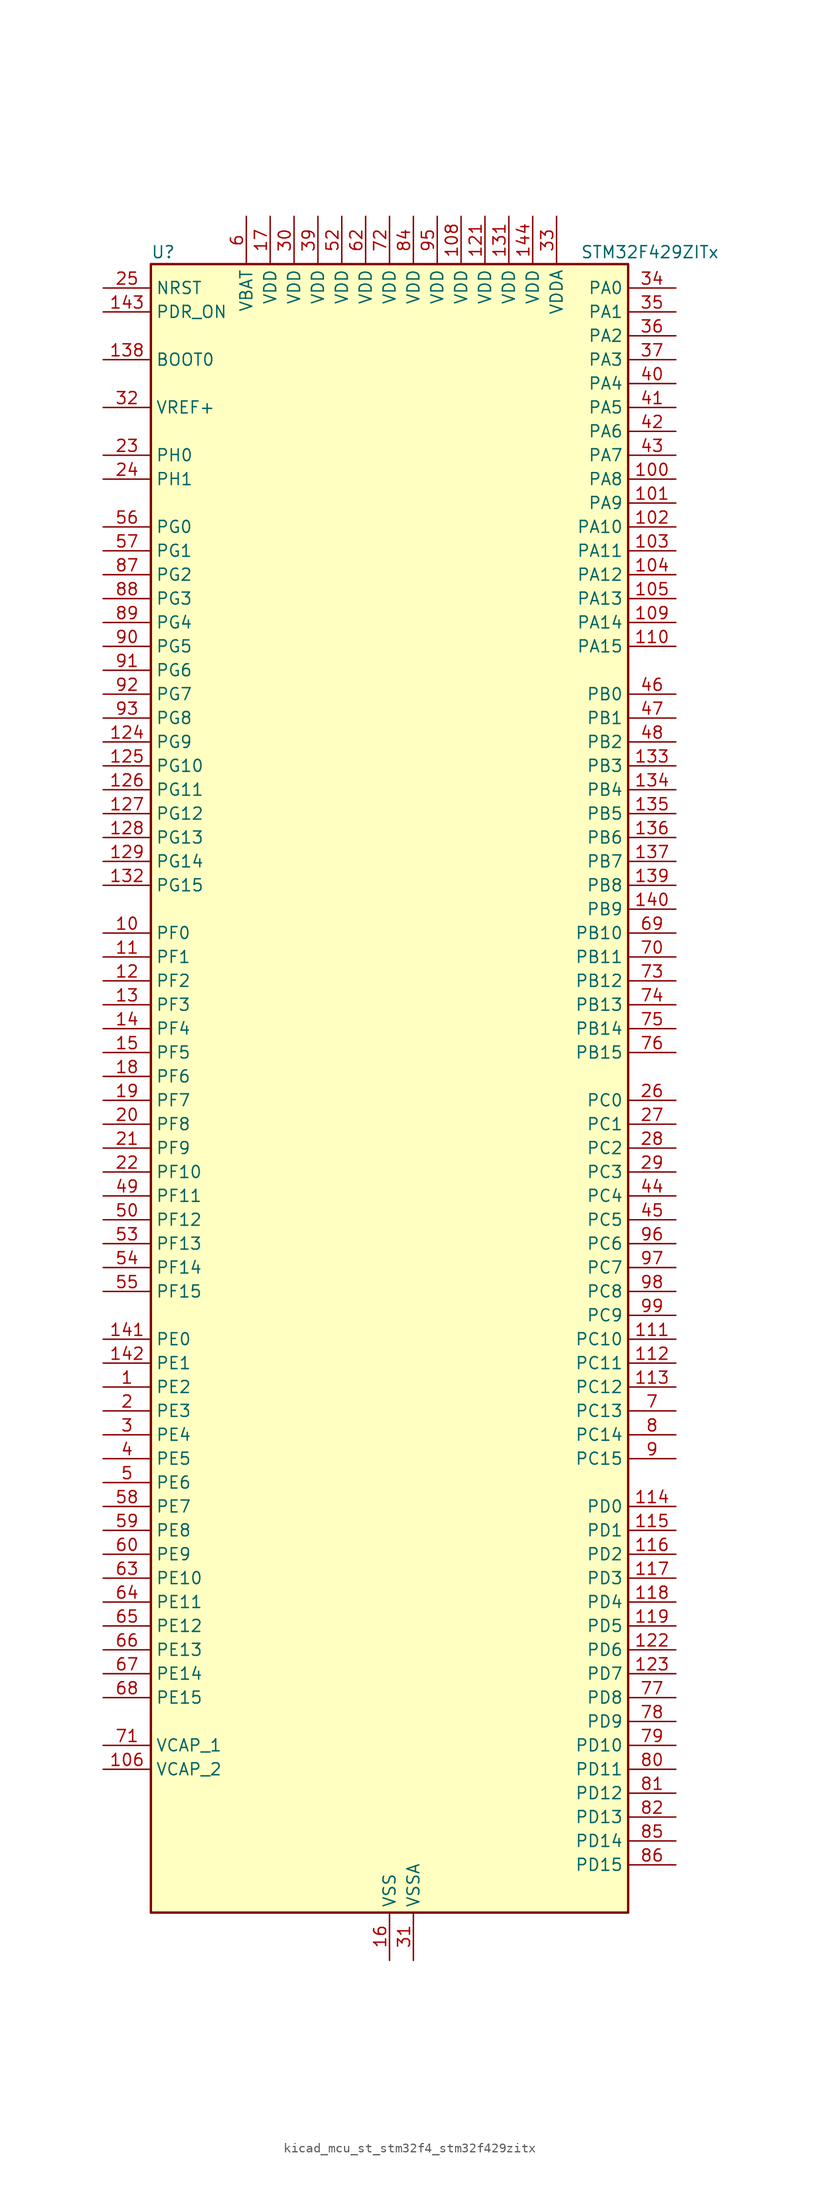
<source format=kicad_sym>
(kicad_symbol_lib
  (version 20220914)
  (generator kicad_symbol_editor)
  (symbol "kicad_mcu_st_stm32f4_stm32f429zitx"
    (property "Reference" "U"
      (at -25.4 90.17 0)
      (effects (font (size 1.27 1.27)) (justify left)))
    (property "Value" "STM32F429ZITx"
      (at 20.32 90.17 0)
      (effects (font (size 1.27 1.27)) (justify left)))
    (property "ki_locked" ""
      (at 0 0 0)
      (effects (font (size 1.27 1.27))))
    (symbol "kicad_mcu_st_stm32f4_stm32f429zitx_0_1"
      (rectangle (start -25.4 -86.36) (end 25.4 88.9) (stroke (width 0.254) (type default)) (fill (type background))))
    (symbol "kicad_mcu_st_stm32f4_stm32f429zitx_1_1"
      (pin bidirectional line (at -30.48 -30.48 0) (length 5.08) (name "PE2" (effects (font (size 1.27 1.27)))) (number "1" (effects (font (size 1.27 1.27)))) (alternate "ETH_TXD3" bidirectional line) (alternate "FMC_A23" bidirectional line) (alternate "SAI1_MCLK_A" bidirectional line) (alternate "SPI4_SCK" bidirectional line) (alternate "SYS_TRACECLK" bidirectional line))
      (pin bidirectional line (at -30.48 17.78 0) (length 5.08) (name "PF0" (effects (font (size 1.27 1.27)))) (number "10" (effects (font (size 1.27 1.27)))) (alternate "FMC_A0" bidirectional line) (alternate "I2C2_SDA" bidirectional line))
      (pin bidirectional line (at 30.48 66.04 180) (length 5.08) (name "PA8" (effects (font (size 1.27 1.27)))) (number "100" (effects (font (size 1.27 1.27)))) (alternate "I2C3_SCL" bidirectional line) (alternate "LTDC_R6" bidirectional line) (alternate "RCC_MCO_1" bidirectional line) (alternate "TIM1_CH1" bidirectional line) (alternate "USART1_CK" bidirectional line) (alternate "USB_OTG_FS_SOF" bidirectional line))
      (pin bidirectional line (at 30.48 63.5 180) (length 5.08) (name "PA9" (effects (font (size 1.27 1.27)))) (number "101" (effects (font (size 1.27 1.27)))) (alternate "DAC_EXTI9" bidirectional line) (alternate "DCMI_D0" bidirectional line) (alternate "I2C3_SMBA" bidirectional line) (alternate "TIM1_CH2" bidirectional line) (alternate "USART1_TX" bidirectional line) (alternate "USB_OTG_FS_VBUS" bidirectional line))
      (pin bidirectional line (at 30.48 60.96 180) (length 5.08) (name "PA10" (effects (font (size 1.27 1.27)))) (number "102" (effects (font (size 1.27 1.27)))) (alternate "DCMI_D1" bidirectional line) (alternate "TIM1_CH3" bidirectional line) (alternate "USART1_RX" bidirectional line) (alternate "USB_OTG_FS_ID" bidirectional line))
      (pin bidirectional line (at 30.48 58.42 180) (length 5.08) (name "PA11" (effects (font (size 1.27 1.27)))) (number "103" (effects (font (size 1.27 1.27)))) (alternate "ADC1_EXTI11" bidirectional line) (alternate "ADC2_EXTI11" bidirectional line) (alternate "ADC3_EXTI11" bidirectional line) (alternate "CAN1_RX" bidirectional line) (alternate "LTDC_R4" bidirectional line) (alternate "TIM1_CH4" bidirectional line) (alternate "USART1_CTS" bidirectional line) (alternate "USB_OTG_FS_DM" bidirectional line))
      (pin bidirectional line (at 30.48 55.88 180) (length 5.08) (name "PA12" (effects (font (size 1.27 1.27)))) (number "104" (effects (font (size 1.27 1.27)))) (alternate "CAN1_TX" bidirectional line) (alternate "LTDC_R5" bidirectional line) (alternate "TIM1_ETR" bidirectional line) (alternate "USART1_RTS" bidirectional line) (alternate "USB_OTG_FS_DP" bidirectional line))
      (pin bidirectional line (at 30.48 53.34 180) (length 5.08) (name "PA13" (effects (font (size 1.27 1.27)))) (number "105" (effects (font (size 1.27 1.27)))) (alternate "SYS_JTMS-SWDIO" bidirectional line))
      (pin power_out line (at -30.48 -71.12 0) (length 5.08) (name "VCAP_2" (effects (font (size 1.27 1.27)))) (number "106" (effects (font (size 1.27 1.27)))))
      (pin passive line (at 0 -91.44 90) (length 5.08) hide (name "VSS" (effects (font (size 1.27 1.27)))) (number "107" (effects (font (size 1.27 1.27)))))
      (pin power_in line (at 7.62 93.98 270) (length 5.08) (name "VDD" (effects (font (size 1.27 1.27)))) (number "108" (effects (font (size 1.27 1.27)))))
      (pin bidirectional line (at 30.48 50.8 180) (length 5.08) (name "PA14" (effects (font (size 1.27 1.27)))) (number "109" (effects (font (size 1.27 1.27)))) (alternate "SYS_JTCK-SWCLK" bidirectional line))
      (pin bidirectional line (at -30.48 15.24 0) (length 5.08) (name "PF1" (effects (font (size 1.27 1.27)))) (number "11" (effects (font (size 1.27 1.27)))) (alternate "FMC_A1" bidirectional line) (alternate "I2C2_SCL" bidirectional line))
      (pin bidirectional line (at 30.48 48.26 180) (length 5.08) (name "PA15" (effects (font (size 1.27 1.27)))) (number "110" (effects (font (size 1.27 1.27)))) (alternate "ADC1_EXTI15" bidirectional line) (alternate "ADC2_EXTI15" bidirectional line) (alternate "ADC3_EXTI15" bidirectional line) (alternate "I2S3_WS" bidirectional line) (alternate "SPI1_NSS" bidirectional line) (alternate "SPI3_NSS" bidirectional line) (alternate "SYS_JTDI" bidirectional line) (alternate "TIM2_CH1" bidirectional line) (alternate "TIM2_ETR" bidirectional line))
      (pin bidirectional line (at 30.48 -25.4 180) (length 5.08) (name "PC10" (effects (font (size 1.27 1.27)))) (number "111" (effects (font (size 1.27 1.27)))) (alternate "DCMI_D8" bidirectional line) (alternate "I2S3_CK" bidirectional line) (alternate "LTDC_R2" bidirectional line) (alternate "SDIO_D2" bidirectional line) (alternate "SPI3_SCK" bidirectional line) (alternate "UART4_TX" bidirectional line) (alternate "USART3_TX" bidirectional line))
      (pin bidirectional line (at 30.48 -27.94 180) (length 5.08) (name "PC11" (effects (font (size 1.27 1.27)))) (number "112" (effects (font (size 1.27 1.27)))) (alternate "ADC1_EXTI11" bidirectional line) (alternate "ADC2_EXTI11" bidirectional line) (alternate "ADC3_EXTI11" bidirectional line) (alternate "DCMI_D4" bidirectional line) (alternate "I2S3_ext_SD" bidirectional line) (alternate "SDIO_D3" bidirectional line) (alternate "SPI3_MISO" bidirectional line) (alternate "UART4_RX" bidirectional line) (alternate "USART3_RX" bidirectional line))
      (pin bidirectional line (at 30.48 -30.48 180) (length 5.08) (name "PC12" (effects (font (size 1.27 1.27)))) (number "113" (effects (font (size 1.27 1.27)))) (alternate "DCMI_D9" bidirectional line) (alternate "I2S3_SD" bidirectional line) (alternate "SDIO_CK" bidirectional line) (alternate "SPI3_MOSI" bidirectional line) (alternate "UART5_TX" bidirectional line) (alternate "USART3_CK" bidirectional line))
      (pin bidirectional line (at 30.48 -43.18 180) (length 5.08) (name "PD0" (effects (font (size 1.27 1.27)))) (number "114" (effects (font (size 1.27 1.27)))) (alternate "CAN1_RX" bidirectional line) (alternate "FMC_D2" bidirectional line) (alternate "FMC_DA2" bidirectional line))
      (pin bidirectional line (at 30.48 -45.72 180) (length 5.08) (name "PD1" (effects (font (size 1.27 1.27)))) (number "115" (effects (font (size 1.27 1.27)))) (alternate "CAN1_TX" bidirectional line) (alternate "FMC_D3" bidirectional line) (alternate "FMC_DA3" bidirectional line))
      (pin bidirectional line (at 30.48 -48.26 180) (length 5.08) (name "PD2" (effects (font (size 1.27 1.27)))) (number "116" (effects (font (size 1.27 1.27)))) (alternate "DCMI_D11" bidirectional line) (alternate "SDIO_CMD" bidirectional line) (alternate "TIM3_ETR" bidirectional line) (alternate "UART5_RX" bidirectional line))
      (pin bidirectional line (at 30.48 -50.8 180) (length 5.08) (name "PD3" (effects (font (size 1.27 1.27)))) (number "117" (effects (font (size 1.27 1.27)))) (alternate "DCMI_D5" bidirectional line) (alternate "FMC_CLK" bidirectional line) (alternate "I2S2_CK" bidirectional line) (alternate "LTDC_G7" bidirectional line) (alternate "SPI2_SCK" bidirectional line) (alternate "USART2_CTS" bidirectional line))
      (pin bidirectional line (at 30.48 -53.34 180) (length 5.08) (name "PD4" (effects (font (size 1.27 1.27)))) (number "118" (effects (font (size 1.27 1.27)))) (alternate "FMC_NOE" bidirectional line) (alternate "USART2_RTS" bidirectional line))
      (pin bidirectional line (at 30.48 -55.88 180) (length 5.08) (name "PD5" (effects (font (size 1.27 1.27)))) (number "119" (effects (font (size 1.27 1.27)))) (alternate "FMC_NWE" bidirectional line) (alternate "USART2_TX" bidirectional line))
      (pin bidirectional line (at -30.48 12.7 0) (length 5.08) (name "PF2" (effects (font (size 1.27 1.27)))) (number "12" (effects (font (size 1.27 1.27)))) (alternate "FMC_A2" bidirectional line) (alternate "I2C2_SMBA" bidirectional line))
      (pin passive line (at 0 -91.44 90) (length 5.08) hide (name "VSS" (effects (font (size 1.27 1.27)))) (number "120" (effects (font (size 1.27 1.27)))))
      (pin power_in line (at 10.16 93.98 270) (length 5.08) (name "VDD" (effects (font (size 1.27 1.27)))) (number "121" (effects (font (size 1.27 1.27)))))
      (pin bidirectional line (at 30.48 -58.42 180) (length 5.08) (name "PD6" (effects (font (size 1.27 1.27)))) (number "122" (effects (font (size 1.27 1.27)))) (alternate "DCMI_D10" bidirectional line) (alternate "FMC_NWAIT" bidirectional line) (alternate "I2S3_SD" bidirectional line) (alternate "LTDC_B2" bidirectional line) (alternate "SAI1_SD_A" bidirectional line) (alternate "SPI3_MOSI" bidirectional line) (alternate "USART2_RX" bidirectional line))
      (pin bidirectional line (at 30.48 -60.96 180) (length 5.08) (name "PD7" (effects (font (size 1.27 1.27)))) (number "123" (effects (font (size 1.27 1.27)))) (alternate "FMC_NCE2" bidirectional line) (alternate "FMC_NE1" bidirectional line) (alternate "USART2_CK" bidirectional line))
      (pin bidirectional line (at -30.48 38.1 0) (length 5.08) (name "PG9" (effects (font (size 1.27 1.27)))) (number "124" (effects (font (size 1.27 1.27)))) (alternate "DAC_EXTI9" bidirectional line) (alternate "DCMI_VSYNC" bidirectional line) (alternate "FMC_NCE3" bidirectional line) (alternate "FMC_NE2" bidirectional line) (alternate "USART6_RX" bidirectional line))
      (pin bidirectional line (at -30.48 35.56 0) (length 5.08) (name "PG10" (effects (font (size 1.27 1.27)))) (number "125" (effects (font (size 1.27 1.27)))) (alternate "DCMI_D2" bidirectional line) (alternate "FMC_NCE4_1" bidirectional line) (alternate "FMC_NE3" bidirectional line) (alternate "LTDC_B2" bidirectional line) (alternate "LTDC_G3" bidirectional line))
      (pin bidirectional line (at -30.48 33.02 0) (length 5.08) (name "PG11" (effects (font (size 1.27 1.27)))) (number "126" (effects (font (size 1.27 1.27)))) (alternate "ADC1_EXTI11" bidirectional line) (alternate "ADC2_EXTI11" bidirectional line) (alternate "ADC3_EXTI11" bidirectional line) (alternate "DCMI_D3" bidirectional line) (alternate "ETH_TX_EN" bidirectional line) (alternate "FMC_NCE4_2" bidirectional line) (alternate "LTDC_B3" bidirectional line))
      (pin bidirectional line (at -30.48 30.48 0) (length 5.08) (name "PG12" (effects (font (size 1.27 1.27)))) (number "127" (effects (font (size 1.27 1.27)))) (alternate "FMC_NE4" bidirectional line) (alternate "LTDC_B1" bidirectional line) (alternate "LTDC_B4" bidirectional line) (alternate "SPI6_MISO" bidirectional line) (alternate "USART6_RTS" bidirectional line))
      (pin bidirectional line (at -30.48 27.94 0) (length 5.08) (name "PG13" (effects (font (size 1.27 1.27)))) (number "128" (effects (font (size 1.27 1.27)))) (alternate "ETH_TXD0" bidirectional line) (alternate "FMC_A24" bidirectional line) (alternate "SPI6_SCK" bidirectional line) (alternate "USART6_CTS" bidirectional line))
      (pin bidirectional line (at -30.48 25.4 0) (length 5.08) (name "PG14" (effects (font (size 1.27 1.27)))) (number "129" (effects (font (size 1.27 1.27)))) (alternate "ETH_TXD1" bidirectional line) (alternate "FMC_A25" bidirectional line) (alternate "SPI6_MOSI" bidirectional line) (alternate "USART6_TX" bidirectional line))
      (pin bidirectional line (at -30.48 10.16 0) (length 5.08) (name "PF3" (effects (font (size 1.27 1.27)))) (number "13" (effects (font (size 1.27 1.27)))) (alternate "ADC3_IN9" bidirectional line) (alternate "FMC_A3" bidirectional line))
      (pin passive line (at 0 -91.44 90) (length 5.08) hide (name "VSS" (effects (font (size 1.27 1.27)))) (number "130" (effects (font (size 1.27 1.27)))))
      (pin power_in line (at 12.7 93.98 270) (length 5.08) (name "VDD" (effects (font (size 1.27 1.27)))) (number "131" (effects (font (size 1.27 1.27)))))
      (pin bidirectional line (at -30.48 22.86 0) (length 5.08) (name "PG15" (effects (font (size 1.27 1.27)))) (number "132" (effects (font (size 1.27 1.27)))) (alternate "ADC1_EXTI15" bidirectional line) (alternate "ADC2_EXTI15" bidirectional line) (alternate "ADC3_EXTI15" bidirectional line) (alternate "DCMI_D13" bidirectional line) (alternate "FMC_SDNCAS" bidirectional line) (alternate "USART6_CTS" bidirectional line))
      (pin bidirectional line (at 30.48 35.56 180) (length 5.08) (name "PB3" (effects (font (size 1.27 1.27)))) (number "133" (effects (font (size 1.27 1.27)))) (alternate "I2S3_CK" bidirectional line) (alternate "SPI1_SCK" bidirectional line) (alternate "SPI3_SCK" bidirectional line) (alternate "SYS_JTDO-SWO" bidirectional line) (alternate "TIM2_CH2" bidirectional line))
      (pin bidirectional line (at 30.48 33.02 180) (length 5.08) (name "PB4" (effects (font (size 1.27 1.27)))) (number "134" (effects (font (size 1.27 1.27)))) (alternate "I2S3_ext_SD" bidirectional line) (alternate "SPI1_MISO" bidirectional line) (alternate "SPI3_MISO" bidirectional line) (alternate "SYS_JTRST" bidirectional line) (alternate "TIM3_CH1" bidirectional line))
      (pin bidirectional line (at 30.48 30.48 180) (length 5.08) (name "PB5" (effects (font (size 1.27 1.27)))) (number "135" (effects (font (size 1.27 1.27)))) (alternate "CAN2_RX" bidirectional line) (alternate "DCMI_D10" bidirectional line) (alternate "ETH_PPS_OUT" bidirectional line) (alternate "FMC_SDCKE1" bidirectional line) (alternate "I2C1_SMBA" bidirectional line) (alternate "I2S3_SD" bidirectional line) (alternate "SPI1_MOSI" bidirectional line) (alternate "SPI3_MOSI" bidirectional line) (alternate "TIM3_CH2" bidirectional line) (alternate "USB_OTG_HS_ULPI_D7" bidirectional line))
      (pin bidirectional line (at 30.48 27.94 180) (length 5.08) (name "PB6" (effects (font (size 1.27 1.27)))) (number "136" (effects (font (size 1.27 1.27)))) (alternate "CAN2_TX" bidirectional line) (alternate "DCMI_D5" bidirectional line) (alternate "FMC_SDNE1" bidirectional line) (alternate "I2C1_SCL" bidirectional line) (alternate "TIM4_CH1" bidirectional line) (alternate "USART1_TX" bidirectional line))
      (pin bidirectional line (at 30.48 25.4 180) (length 5.08) (name "PB7" (effects (font (size 1.27 1.27)))) (number "137" (effects (font (size 1.27 1.27)))) (alternate "DCMI_VSYNC" bidirectional line) (alternate "FMC_NL" bidirectional line) (alternate "I2C1_SDA" bidirectional line) (alternate "TIM4_CH2" bidirectional line) (alternate "USART1_RX" bidirectional line))
      (pin input line (at -30.48 78.74 0) (length 5.08) (name "BOOT0" (effects (font (size 1.27 1.27)))) (number "138" (effects (font (size 1.27 1.27)))))
      (pin bidirectional line (at 30.48 22.86 180) (length 5.08) (name "PB8" (effects (font (size 1.27 1.27)))) (number "139" (effects (font (size 1.27 1.27)))) (alternate "CAN1_RX" bidirectional line) (alternate "DCMI_D6" bidirectional line) (alternate "ETH_TXD3" bidirectional line) (alternate "I2C1_SCL" bidirectional line) (alternate "LTDC_B6" bidirectional line) (alternate "SDIO_D4" bidirectional line) (alternate "TIM10_CH1" bidirectional line) (alternate "TIM4_CH3" bidirectional line))
      (pin bidirectional line (at -30.48 7.62 0) (length 5.08) (name "PF4" (effects (font (size 1.27 1.27)))) (number "14" (effects (font (size 1.27 1.27)))) (alternate "ADC3_IN14" bidirectional line) (alternate "FMC_A4" bidirectional line))
      (pin bidirectional line (at 30.48 20.32 180) (length 5.08) (name "PB9" (effects (font (size 1.27 1.27)))) (number "140" (effects (font (size 1.27 1.27)))) (alternate "CAN1_TX" bidirectional line) (alternate "DAC_EXTI9" bidirectional line) (alternate "DCMI_D7" bidirectional line) (alternate "I2C1_SDA" bidirectional line) (alternate "I2S2_WS" bidirectional line) (alternate "LTDC_B7" bidirectional line) (alternate "SDIO_D5" bidirectional line) (alternate "SPI2_NSS" bidirectional line) (alternate "TIM11_CH1" bidirectional line) (alternate "TIM4_CH4" bidirectional line))
      (pin bidirectional line (at -30.48 -25.4 0) (length 5.08) (name "PE0" (effects (font (size 1.27 1.27)))) (number "141" (effects (font (size 1.27 1.27)))) (alternate "DCMI_D2" bidirectional line) (alternate "FMC_NBL0" bidirectional line) (alternate "TIM4_ETR" bidirectional line) (alternate "UART8_RX" bidirectional line))
      (pin bidirectional line (at -30.48 -27.94 0) (length 5.08) (name "PE1" (effects (font (size 1.27 1.27)))) (number "142" (effects (font (size 1.27 1.27)))) (alternate "DCMI_D3" bidirectional line) (alternate "FMC_NBL1" bidirectional line) (alternate "UART8_TX" bidirectional line))
      (pin input line (at -30.48 83.82 0) (length 5.08) (name "PDR_ON" (effects (font (size 1.27 1.27)))) (number "143" (effects (font (size 1.27 1.27)))))
      (pin power_in line (at 15.24 93.98 270) (length 5.08) (name "VDD" (effects (font (size 1.27 1.27)))) (number "144" (effects (font (size 1.27 1.27)))))
      (pin bidirectional line (at -30.48 5.08 0) (length 5.08) (name "PF5" (effects (font (size 1.27 1.27)))) (number "15" (effects (font (size 1.27 1.27)))) (alternate "ADC3_IN15" bidirectional line) (alternate "FMC_A5" bidirectional line))
      (pin power_in line (at 0 -91.44 90) (length 5.08) (name "VSS" (effects (font (size 1.27 1.27)))) (number "16" (effects (font (size 1.27 1.27)))))
      (pin power_in line (at -12.7 93.98 270) (length 5.08) (name "VDD" (effects (font (size 1.27 1.27)))) (number "17" (effects (font (size 1.27 1.27)))))
      (pin bidirectional line (at -30.48 2.54 0) (length 5.08) (name "PF6" (effects (font (size 1.27 1.27)))) (number "18" (effects (font (size 1.27 1.27)))) (alternate "ADC3_IN4" bidirectional line) (alternate "FMC_NIORD" bidirectional line) (alternate "SAI1_SD_B" bidirectional line) (alternate "SPI5_NSS" bidirectional line) (alternate "TIM10_CH1" bidirectional line) (alternate "UART7_RX" bidirectional line))
      (pin bidirectional line (at -30.48 0 0) (length 5.08) (name "PF7" (effects (font (size 1.27 1.27)))) (number "19" (effects (font (size 1.27 1.27)))) (alternate "ADC3_IN5" bidirectional line) (alternate "FMC_NREG" bidirectional line) (alternate "SAI1_MCLK_B" bidirectional line) (alternate "SPI5_SCK" bidirectional line) (alternate "TIM11_CH1" bidirectional line) (alternate "UART7_TX" bidirectional line))
      (pin bidirectional line (at -30.48 -33.02 0) (length 5.08) (name "PE3" (effects (font (size 1.27 1.27)))) (number "2" (effects (font (size 1.27 1.27)))) (alternate "FMC_A19" bidirectional line) (alternate "SAI1_SD_B" bidirectional line) (alternate "SYS_TRACED0" bidirectional line))
      (pin bidirectional line (at -30.48 -2.54 0) (length 5.08) (name "PF8" (effects (font (size 1.27 1.27)))) (number "20" (effects (font (size 1.27 1.27)))) (alternate "ADC3_IN6" bidirectional line) (alternate "FMC_NIOWR" bidirectional line) (alternate "SAI1_SCK_B" bidirectional line) (alternate "SPI5_MISO" bidirectional line) (alternate "TIM13_CH1" bidirectional line))
      (pin bidirectional line (at -30.48 -5.08 0) (length 5.08) (name "PF9" (effects (font (size 1.27 1.27)))) (number "21" (effects (font (size 1.27 1.27)))) (alternate "ADC3_IN7" bidirectional line) (alternate "DAC_EXTI9" bidirectional line) (alternate "FMC_CD" bidirectional line) (alternate "SAI1_FS_B" bidirectional line) (alternate "SPI5_MOSI" bidirectional line) (alternate "TIM14_CH1" bidirectional line))
      (pin bidirectional line (at -30.48 -7.62 0) (length 5.08) (name "PF10" (effects (font (size 1.27 1.27)))) (number "22" (effects (font (size 1.27 1.27)))) (alternate "ADC3_IN8" bidirectional line) (alternate "DCMI_D11" bidirectional line) (alternate "FMC_INTR" bidirectional line) (alternate "LTDC_DE" bidirectional line))
      (pin bidirectional line (at -30.48 68.58 0) (length 5.08) (name "PH0" (effects (font (size 1.27 1.27)))) (number "23" (effects (font (size 1.27 1.27)))) (alternate "RCC_OSC_IN" bidirectional line))
      (pin bidirectional line (at -30.48 66.04 0) (length 5.08) (name "PH1" (effects (font (size 1.27 1.27)))) (number "24" (effects (font (size 1.27 1.27)))) (alternate "RCC_OSC_OUT" bidirectional line))
      (pin input line (at -30.48 86.36 0) (length 5.08) (name "NRST" (effects (font (size 1.27 1.27)))) (number "25" (effects (font (size 1.27 1.27)))))
      (pin bidirectional line (at 30.48 0 180) (length 5.08) (name "PC0" (effects (font (size 1.27 1.27)))) (number "26" (effects (font (size 1.27 1.27)))) (alternate "ADC1_IN10" bidirectional line) (alternate "ADC2_IN10" bidirectional line) (alternate "ADC3_IN10" bidirectional line) (alternate "FMC_SDNWE" bidirectional line) (alternate "USB_OTG_HS_ULPI_STP" bidirectional line))
      (pin bidirectional line (at 30.48 -2.54 180) (length 5.08) (name "PC1" (effects (font (size 1.27 1.27)))) (number "27" (effects (font (size 1.27 1.27)))) (alternate "ADC1_IN11" bidirectional line) (alternate "ADC2_IN11" bidirectional line) (alternate "ADC3_IN11" bidirectional line) (alternate "ETH_MDC" bidirectional line))
      (pin bidirectional line (at 30.48 -5.08 180) (length 5.08) (name "PC2" (effects (font (size 1.27 1.27)))) (number "28" (effects (font (size 1.27 1.27)))) (alternate "ADC1_IN12" bidirectional line) (alternate "ADC2_IN12" bidirectional line) (alternate "ADC3_IN12" bidirectional line) (alternate "ETH_TXD2" bidirectional line) (alternate "FMC_SDNE0" bidirectional line) (alternate "I2S2_ext_SD" bidirectional line) (alternate "SPI2_MISO" bidirectional line) (alternate "USB_OTG_HS_ULPI_DIR" bidirectional line))
      (pin bidirectional line (at 30.48 -7.62 180) (length 5.08) (name "PC3" (effects (font (size 1.27 1.27)))) (number "29" (effects (font (size 1.27 1.27)))) (alternate "ADC1_IN13" bidirectional line) (alternate "ADC2_IN13" bidirectional line) (alternate "ADC3_IN13" bidirectional line) (alternate "ETH_TX_CLK" bidirectional line) (alternate "FMC_SDCKE0" bidirectional line) (alternate "I2S2_SD" bidirectional line) (alternate "SPI2_MOSI" bidirectional line) (alternate "USB_OTG_HS_ULPI_NXT" bidirectional line))
      (pin bidirectional line (at -30.48 -35.56 0) (length 5.08) (name "PE4" (effects (font (size 1.27 1.27)))) (number "3" (effects (font (size 1.27 1.27)))) (alternate "DCMI_D4" bidirectional line) (alternate "FMC_A20" bidirectional line) (alternate "LTDC_B0" bidirectional line) (alternate "SAI1_FS_A" bidirectional line) (alternate "SPI4_NSS" bidirectional line) (alternate "SYS_TRACED1" bidirectional line))
      (pin power_in line (at -10.16 93.98 270) (length 5.08) (name "VDD" (effects (font (size 1.27 1.27)))) (number "30" (effects (font (size 1.27 1.27)))))
      (pin power_in line (at 2.54 -91.44 90) (length 5.08) (name "VSSA" (effects (font (size 1.27 1.27)))) (number "31" (effects (font (size 1.27 1.27)))))
      (pin input line (at -30.48 73.66 0) (length 5.08) (name "VREF+" (effects (font (size 1.27 1.27)))) (number "32" (effects (font (size 1.27 1.27)))))
      (pin power_in line (at 17.78 93.98 270) (length 5.08) (name "VDDA" (effects (font (size 1.27 1.27)))) (number "33" (effects (font (size 1.27 1.27)))))
      (pin bidirectional line (at 30.48 86.36 180) (length 5.08) (name "PA0" (effects (font (size 1.27 1.27)))) (number "34" (effects (font (size 1.27 1.27)))) (alternate "ADC1_IN0" bidirectional line) (alternate "ADC2_IN0" bidirectional line) (alternate "ADC3_IN0" bidirectional line) (alternate "ETH_CRS" bidirectional line) (alternate "SYS_WKUP" bidirectional line) (alternate "TIM2_CH1" bidirectional line) (alternate "TIM2_ETR" bidirectional line) (alternate "TIM5_CH1" bidirectional line) (alternate "TIM8_ETR" bidirectional line) (alternate "UART4_TX" bidirectional line) (alternate "USART2_CTS" bidirectional line))
      (pin bidirectional line (at 30.48 83.82 180) (length 5.08) (name "PA1" (effects (font (size 1.27 1.27)))) (number "35" (effects (font (size 1.27 1.27)))) (alternate "ADC1_IN1" bidirectional line) (alternate "ADC2_IN1" bidirectional line) (alternate "ADC3_IN1" bidirectional line) (alternate "ETH_REF_CLK" bidirectional line) (alternate "ETH_RX_CLK" bidirectional line) (alternate "TIM2_CH2" bidirectional line) (alternate "TIM5_CH2" bidirectional line) (alternate "UART4_RX" bidirectional line) (alternate "USART2_RTS" bidirectional line))
      (pin bidirectional line (at 30.48 81.28 180) (length 5.08) (name "PA2" (effects (font (size 1.27 1.27)))) (number "36" (effects (font (size 1.27 1.27)))) (alternate "ADC1_IN2" bidirectional line) (alternate "ADC2_IN2" bidirectional line) (alternate "ADC3_IN2" bidirectional line) (alternate "ETH_MDIO" bidirectional line) (alternate "TIM2_CH3" bidirectional line) (alternate "TIM5_CH3" bidirectional line) (alternate "TIM9_CH1" bidirectional line) (alternate "USART2_TX" bidirectional line))
      (pin bidirectional line (at 30.48 78.74 180) (length 5.08) (name "PA3" (effects (font (size 1.27 1.27)))) (number "37" (effects (font (size 1.27 1.27)))) (alternate "ADC1_IN3" bidirectional line) (alternate "ADC2_IN3" bidirectional line) (alternate "ADC3_IN3" bidirectional line) (alternate "ETH_COL" bidirectional line) (alternate "LTDC_B5" bidirectional line) (alternate "TIM2_CH4" bidirectional line) (alternate "TIM5_CH4" bidirectional line) (alternate "TIM9_CH2" bidirectional line) (alternate "USART2_RX" bidirectional line) (alternate "USB_OTG_HS_ULPI_D0" bidirectional line))
      (pin passive line (at 0 -91.44 90) (length 5.08) hide (name "VSS" (effects (font (size 1.27 1.27)))) (number "38" (effects (font (size 1.27 1.27)))))
      (pin power_in line (at -7.62 93.98 270) (length 5.08) (name "VDD" (effects (font (size 1.27 1.27)))) (number "39" (effects (font (size 1.27 1.27)))))
      (pin bidirectional line (at -30.48 -38.1 0) (length 5.08) (name "PE5" (effects (font (size 1.27 1.27)))) (number "4" (effects (font (size 1.27 1.27)))) (alternate "DCMI_D6" bidirectional line) (alternate "FMC_A21" bidirectional line) (alternate "LTDC_G0" bidirectional line) (alternate "SAI1_SCK_A" bidirectional line) (alternate "SPI4_MISO" bidirectional line) (alternate "SYS_TRACED2" bidirectional line) (alternate "TIM9_CH1" bidirectional line))
      (pin bidirectional line (at 30.48 76.2 180) (length 5.08) (name "PA4" (effects (font (size 1.27 1.27)))) (number "40" (effects (font (size 1.27 1.27)))) (alternate "ADC1_IN4" bidirectional line) (alternate "ADC2_IN4" bidirectional line) (alternate "DAC_OUT1" bidirectional line) (alternate "DCMI_HSYNC" bidirectional line) (alternate "I2S3_WS" bidirectional line) (alternate "LTDC_VSYNC" bidirectional line) (alternate "SPI1_NSS" bidirectional line) (alternate "SPI3_NSS" bidirectional line) (alternate "USART2_CK" bidirectional line) (alternate "USB_OTG_HS_SOF" bidirectional line))
      (pin bidirectional line (at 30.48 73.66 180) (length 5.08) (name "PA5" (effects (font (size 1.27 1.27)))) (number "41" (effects (font (size 1.27 1.27)))) (alternate "ADC1_IN5" bidirectional line) (alternate "ADC2_IN5" bidirectional line) (alternate "DAC_OUT2" bidirectional line) (alternate "SPI1_SCK" bidirectional line) (alternate "TIM2_CH1" bidirectional line) (alternate "TIM2_ETR" bidirectional line) (alternate "TIM8_CH1N" bidirectional line) (alternate "USB_OTG_HS_ULPI_CK" bidirectional line))
      (pin bidirectional line (at 30.48 71.12 180) (length 5.08) (name "PA6" (effects (font (size 1.27 1.27)))) (number "42" (effects (font (size 1.27 1.27)))) (alternate "ADC1_IN6" bidirectional line) (alternate "ADC2_IN6" bidirectional line) (alternate "DCMI_PIXCLK" bidirectional line) (alternate "LTDC_G2" bidirectional line) (alternate "SPI1_MISO" bidirectional line) (alternate "TIM13_CH1" bidirectional line) (alternate "TIM1_BKIN" bidirectional line) (alternate "TIM3_CH1" bidirectional line) (alternate "TIM8_BKIN" bidirectional line))
      (pin bidirectional line (at 30.48 68.58 180) (length 5.08) (name "PA7" (effects (font (size 1.27 1.27)))) (number "43" (effects (font (size 1.27 1.27)))) (alternate "ADC1_IN7" bidirectional line) (alternate "ADC2_IN7" bidirectional line) (alternate "ETH_CRS_DV" bidirectional line) (alternate "ETH_RX_DV" bidirectional line) (alternate "SPI1_MOSI" bidirectional line) (alternate "TIM14_CH1" bidirectional line) (alternate "TIM1_CH1N" bidirectional line) (alternate "TIM3_CH2" bidirectional line) (alternate "TIM8_CH1N" bidirectional line))
      (pin bidirectional line (at 30.48 -10.16 180) (length 5.08) (name "PC4" (effects (font (size 1.27 1.27)))) (number "44" (effects (font (size 1.27 1.27)))) (alternate "ADC1_IN14" bidirectional line) (alternate "ADC2_IN14" bidirectional line) (alternate "ETH_RXD0" bidirectional line))
      (pin bidirectional line (at 30.48 -12.7 180) (length 5.08) (name "PC5" (effects (font (size 1.27 1.27)))) (number "45" (effects (font (size 1.27 1.27)))) (alternate "ADC1_IN15" bidirectional line) (alternate "ADC2_IN15" bidirectional line) (alternate "ETH_RXD1" bidirectional line))
      (pin bidirectional line (at 30.48 43.18 180) (length 5.08) (name "PB0" (effects (font (size 1.27 1.27)))) (number "46" (effects (font (size 1.27 1.27)))) (alternate "ADC1_IN8" bidirectional line) (alternate "ADC2_IN8" bidirectional line) (alternate "ETH_RXD2" bidirectional line) (alternate "LTDC_R3" bidirectional line) (alternate "TIM1_CH2N" bidirectional line) (alternate "TIM3_CH3" bidirectional line) (alternate "TIM8_CH2N" bidirectional line) (alternate "USB_OTG_HS_ULPI_D1" bidirectional line))
      (pin bidirectional line (at 30.48 40.64 180) (length 5.08) (name "PB1" (effects (font (size 1.27 1.27)))) (number "47" (effects (font (size 1.27 1.27)))) (alternate "ADC1_IN9" bidirectional line) (alternate "ADC2_IN9" bidirectional line) (alternate "ETH_RXD3" bidirectional line) (alternate "LTDC_R6" bidirectional line) (alternate "TIM1_CH3N" bidirectional line) (alternate "TIM3_CH4" bidirectional line) (alternate "TIM8_CH3N" bidirectional line) (alternate "USB_OTG_HS_ULPI_D2" bidirectional line))
      (pin bidirectional line (at 30.48 38.1 180) (length 5.08) (name "PB2" (effects (font (size 1.27 1.27)))) (number "48" (effects (font (size 1.27 1.27)))))
      (pin bidirectional line (at -30.48 -10.16 0) (length 5.08) (name "PF11" (effects (font (size 1.27 1.27)))) (number "49" (effects (font (size 1.27 1.27)))) (alternate "ADC1_EXTI11" bidirectional line) (alternate "ADC2_EXTI11" bidirectional line) (alternate "ADC3_EXTI11" bidirectional line) (alternate "DCMI_D12" bidirectional line) (alternate "FMC_SDNRAS" bidirectional line) (alternate "SPI5_MOSI" bidirectional line))
      (pin bidirectional line (at -30.48 -40.64 0) (length 5.08) (name "PE6" (effects (font (size 1.27 1.27)))) (number "5" (effects (font (size 1.27 1.27)))) (alternate "DCMI_D7" bidirectional line) (alternate "FMC_A22" bidirectional line) (alternate "LTDC_G1" bidirectional line) (alternate "SAI1_SD_A" bidirectional line) (alternate "SPI4_MOSI" bidirectional line) (alternate "SYS_TRACED3" bidirectional line) (alternate "TIM9_CH2" bidirectional line))
      (pin bidirectional line (at -30.48 -12.7 0) (length 5.08) (name "PF12" (effects (font (size 1.27 1.27)))) (number "50" (effects (font (size 1.27 1.27)))) (alternate "FMC_A6" bidirectional line))
      (pin passive line (at 0 -91.44 90) (length 5.08) hide (name "VSS" (effects (font (size 1.27 1.27)))) (number "51" (effects (font (size 1.27 1.27)))))
      (pin power_in line (at -5.08 93.98 270) (length 5.08) (name "VDD" (effects (font (size 1.27 1.27)))) (number "52" (effects (font (size 1.27 1.27)))))
      (pin bidirectional line (at -30.48 -15.24 0) (length 5.08) (name "PF13" (effects (font (size 1.27 1.27)))) (number "53" (effects (font (size 1.27 1.27)))) (alternate "FMC_A7" bidirectional line))
      (pin bidirectional line (at -30.48 -17.78 0) (length 5.08) (name "PF14" (effects (font (size 1.27 1.27)))) (number "54" (effects (font (size 1.27 1.27)))) (alternate "FMC_A8" bidirectional line))
      (pin bidirectional line (at -30.48 -20.32 0) (length 5.08) (name "PF15" (effects (font (size 1.27 1.27)))) (number "55" (effects (font (size 1.27 1.27)))) (alternate "ADC1_EXTI15" bidirectional line) (alternate "ADC2_EXTI15" bidirectional line) (alternate "ADC3_EXTI15" bidirectional line) (alternate "FMC_A9" bidirectional line))
      (pin bidirectional line (at -30.48 60.96 0) (length 5.08) (name "PG0" (effects (font (size 1.27 1.27)))) (number "56" (effects (font (size 1.27 1.27)))) (alternate "FMC_A10" bidirectional line))
      (pin bidirectional line (at -30.48 58.42 0) (length 5.08) (name "PG1" (effects (font (size 1.27 1.27)))) (number "57" (effects (font (size 1.27 1.27)))) (alternate "FMC_A11" bidirectional line))
      (pin bidirectional line (at -30.48 -43.18 0) (length 5.08) (name "PE7" (effects (font (size 1.27 1.27)))) (number "58" (effects (font (size 1.27 1.27)))) (alternate "FMC_D4" bidirectional line) (alternate "FMC_DA4" bidirectional line) (alternate "TIM1_ETR" bidirectional line) (alternate "UART7_RX" bidirectional line))
      (pin bidirectional line (at -30.48 -45.72 0) (length 5.08) (name "PE8" (effects (font (size 1.27 1.27)))) (number "59" (effects (font (size 1.27 1.27)))) (alternate "FMC_D5" bidirectional line) (alternate "FMC_DA5" bidirectional line) (alternate "TIM1_CH1N" bidirectional line) (alternate "UART7_TX" bidirectional line))
      (pin power_in line (at -15.24 93.98 270) (length 5.08) (name "VBAT" (effects (font (size 1.27 1.27)))) (number "6" (effects (font (size 1.27 1.27)))))
      (pin bidirectional line (at -30.48 -48.26 0) (length 5.08) (name "PE9" (effects (font (size 1.27 1.27)))) (number "60" (effects (font (size 1.27 1.27)))) (alternate "DAC_EXTI9" bidirectional line) (alternate "FMC_D6" bidirectional line) (alternate "FMC_DA6" bidirectional line) (alternate "TIM1_CH1" bidirectional line))
      (pin passive line (at 0 -91.44 90) (length 5.08) hide (name "VSS" (effects (font (size 1.27 1.27)))) (number "61" (effects (font (size 1.27 1.27)))))
      (pin power_in line (at -2.54 93.98 270) (length 5.08) (name "VDD" (effects (font (size 1.27 1.27)))) (number "62" (effects (font (size 1.27 1.27)))))
      (pin bidirectional line (at -30.48 -50.8 0) (length 5.08) (name "PE10" (effects (font (size 1.27 1.27)))) (number "63" (effects (font (size 1.27 1.27)))) (alternate "FMC_D7" bidirectional line) (alternate "FMC_DA7" bidirectional line) (alternate "TIM1_CH2N" bidirectional line))
      (pin bidirectional line (at -30.48 -53.34 0) (length 5.08) (name "PE11" (effects (font (size 1.27 1.27)))) (number "64" (effects (font (size 1.27 1.27)))) (alternate "ADC1_EXTI11" bidirectional line) (alternate "ADC2_EXTI11" bidirectional line) (alternate "ADC3_EXTI11" bidirectional line) (alternate "FMC_D8" bidirectional line) (alternate "FMC_DA8" bidirectional line) (alternate "LTDC_G3" bidirectional line) (alternate "SPI4_NSS" bidirectional line) (alternate "TIM1_CH2" bidirectional line))
      (pin bidirectional line (at -30.48 -55.88 0) (length 5.08) (name "PE12" (effects (font (size 1.27 1.27)))) (number "65" (effects (font (size 1.27 1.27)))) (alternate "FMC_D9" bidirectional line) (alternate "FMC_DA9" bidirectional line) (alternate "LTDC_B4" bidirectional line) (alternate "SPI4_SCK" bidirectional line) (alternate "TIM1_CH3N" bidirectional line))
      (pin bidirectional line (at -30.48 -58.42 0) (length 5.08) (name "PE13" (effects (font (size 1.27 1.27)))) (number "66" (effects (font (size 1.27 1.27)))) (alternate "FMC_D10" bidirectional line) (alternate "FMC_DA10" bidirectional line) (alternate "LTDC_DE" bidirectional line) (alternate "SPI4_MISO" bidirectional line) (alternate "TIM1_CH3" bidirectional line))
      (pin bidirectional line (at -30.48 -60.96 0) (length 5.08) (name "PE14" (effects (font (size 1.27 1.27)))) (number "67" (effects (font (size 1.27 1.27)))) (alternate "FMC_D11" bidirectional line) (alternate "FMC_DA11" bidirectional line) (alternate "LTDC_CLK" bidirectional line) (alternate "SPI4_MOSI" bidirectional line) (alternate "TIM1_CH4" bidirectional line))
      (pin bidirectional line (at -30.48 -63.5 0) (length 5.08) (name "PE15" (effects (font (size 1.27 1.27)))) (number "68" (effects (font (size 1.27 1.27)))) (alternate "ADC1_EXTI15" bidirectional line) (alternate "ADC2_EXTI15" bidirectional line) (alternate "ADC3_EXTI15" bidirectional line) (alternate "FMC_D12" bidirectional line) (alternate "FMC_DA12" bidirectional line) (alternate "LTDC_R7" bidirectional line) (alternate "TIM1_BKIN" bidirectional line))
      (pin bidirectional line (at 30.48 17.78 180) (length 5.08) (name "PB10" (effects (font (size 1.27 1.27)))) (number "69" (effects (font (size 1.27 1.27)))) (alternate "ETH_RX_ER" bidirectional line) (alternate "I2C2_SCL" bidirectional line) (alternate "I2S2_CK" bidirectional line) (alternate "LTDC_G4" bidirectional line) (alternate "SPI2_SCK" bidirectional line) (alternate "TIM2_CH3" bidirectional line) (alternate "USART3_TX" bidirectional line) (alternate "USB_OTG_HS_ULPI_D3" bidirectional line))
      (pin bidirectional line (at 30.48 -33.02 180) (length 5.08) (name "PC13" (effects (font (size 1.27 1.27)))) (number "7" (effects (font (size 1.27 1.27)))) (alternate "RTC_AF1" bidirectional line))
      (pin bidirectional line (at 30.48 15.24 180) (length 5.08) (name "PB11" (effects (font (size 1.27 1.27)))) (number "70" (effects (font (size 1.27 1.27)))) (alternate "ADC1_EXTI11" bidirectional line) (alternate "ADC2_EXTI11" bidirectional line) (alternate "ADC3_EXTI11" bidirectional line) (alternate "ETH_TX_EN" bidirectional line) (alternate "I2C2_SDA" bidirectional line) (alternate "LTDC_G5" bidirectional line) (alternate "TIM2_CH4" bidirectional line) (alternate "USART3_RX" bidirectional line) (alternate "USB_OTG_HS_ULPI_D4" bidirectional line))
      (pin power_out line (at -30.48 -68.58 0) (length 5.08) (name "VCAP_1" (effects (font (size 1.27 1.27)))) (number "71" (effects (font (size 1.27 1.27)))))
      (pin power_in line (at 0 93.98 270) (length 5.08) (name "VDD" (effects (font (size 1.27 1.27)))) (number "72" (effects (font (size 1.27 1.27)))))
      (pin bidirectional line (at 30.48 12.7 180) (length 5.08) (name "PB12" (effects (font (size 1.27 1.27)))) (number "73" (effects (font (size 1.27 1.27)))) (alternate "CAN2_RX" bidirectional line) (alternate "ETH_TXD0" bidirectional line) (alternate "I2C2_SMBA" bidirectional line) (alternate "I2S2_WS" bidirectional line) (alternate "SPI2_NSS" bidirectional line) (alternate "TIM1_BKIN" bidirectional line) (alternate "USART3_CK" bidirectional line) (alternate "USB_OTG_HS_ID" bidirectional line) (alternate "USB_OTG_HS_ULPI_D5" bidirectional line))
      (pin bidirectional line (at 30.48 10.16 180) (length 5.08) (name "PB13" (effects (font (size 1.27 1.27)))) (number "74" (effects (font (size 1.27 1.27)))) (alternate "CAN2_TX" bidirectional line) (alternate "ETH_TXD1" bidirectional line) (alternate "I2S2_CK" bidirectional line) (alternate "SPI2_SCK" bidirectional line) (alternate "TIM1_CH1N" bidirectional line) (alternate "USART3_CTS" bidirectional line) (alternate "USB_OTG_HS_ULPI_D6" bidirectional line) (alternate "USB_OTG_HS_VBUS" bidirectional line))
      (pin bidirectional line (at 30.48 7.62 180) (length 5.08) (name "PB14" (effects (font (size 1.27 1.27)))) (number "75" (effects (font (size 1.27 1.27)))) (alternate "I2S2_ext_SD" bidirectional line) (alternate "SPI2_MISO" bidirectional line) (alternate "TIM12_CH1" bidirectional line) (alternate "TIM1_CH2N" bidirectional line) (alternate "TIM8_CH2N" bidirectional line) (alternate "USART3_RTS" bidirectional line) (alternate "USB_OTG_HS_DM" bidirectional line))
      (pin bidirectional line (at 30.48 5.08 180) (length 5.08) (name "PB15" (effects (font (size 1.27 1.27)))) (number "76" (effects (font (size 1.27 1.27)))) (alternate "ADC1_EXTI15" bidirectional line) (alternate "ADC2_EXTI15" bidirectional line) (alternate "ADC3_EXTI15" bidirectional line) (alternate "I2S2_SD" bidirectional line) (alternate "RTC_REFIN" bidirectional line) (alternate "SPI2_MOSI" bidirectional line) (alternate "TIM12_CH2" bidirectional line) (alternate "TIM1_CH3N" bidirectional line) (alternate "TIM8_CH3N" bidirectional line) (alternate "USB_OTG_HS_DP" bidirectional line))
      (pin bidirectional line (at 30.48 -63.5 180) (length 5.08) (name "PD8" (effects (font (size 1.27 1.27)))) (number "77" (effects (font (size 1.27 1.27)))) (alternate "FMC_D13" bidirectional line) (alternate "FMC_DA13" bidirectional line) (alternate "USART3_TX" bidirectional line))
      (pin bidirectional line (at 30.48 -66.04 180) (length 5.08) (name "PD9" (effects (font (size 1.27 1.27)))) (number "78" (effects (font (size 1.27 1.27)))) (alternate "DAC_EXTI9" bidirectional line) (alternate "FMC_D14" bidirectional line) (alternate "FMC_DA14" bidirectional line) (alternate "USART3_RX" bidirectional line))
      (pin bidirectional line (at 30.48 -68.58 180) (length 5.08) (name "PD10" (effects (font (size 1.27 1.27)))) (number "79" (effects (font (size 1.27 1.27)))) (alternate "FMC_D15" bidirectional line) (alternate "FMC_DA15" bidirectional line) (alternate "LTDC_B3" bidirectional line) (alternate "USART3_CK" bidirectional line))
      (pin bidirectional line (at 30.48 -35.56 180) (length 5.08) (name "PC14" (effects (font (size 1.27 1.27)))) (number "8" (effects (font (size 1.27 1.27)))) (alternate "RCC_OSC32_IN" bidirectional line))
      (pin bidirectional line (at 30.48 -71.12 180) (length 5.08) (name "PD11" (effects (font (size 1.27 1.27)))) (number "80" (effects (font (size 1.27 1.27)))) (alternate "ADC1_EXTI11" bidirectional line) (alternate "ADC2_EXTI11" bidirectional line) (alternate "ADC3_EXTI11" bidirectional line) (alternate "FMC_A16" bidirectional line) (alternate "FMC_CLE" bidirectional line) (alternate "USART3_CTS" bidirectional line))
      (pin bidirectional line (at 30.48 -73.66 180) (length 5.08) (name "PD12" (effects (font (size 1.27 1.27)))) (number "81" (effects (font (size 1.27 1.27)))) (alternate "FMC_A17" bidirectional line) (alternate "FMC_ALE" bidirectional line) (alternate "TIM4_CH1" bidirectional line) (alternate "USART3_RTS" bidirectional line))
      (pin bidirectional line (at 30.48 -76.2 180) (length 5.08) (name "PD13" (effects (font (size 1.27 1.27)))) (number "82" (effects (font (size 1.27 1.27)))) (alternate "FMC_A18" bidirectional line) (alternate "TIM4_CH2" bidirectional line))
      (pin passive line (at 0 -91.44 90) (length 5.08) hide (name "VSS" (effects (font (size 1.27 1.27)))) (number "83" (effects (font (size 1.27 1.27)))))
      (pin power_in line (at 2.54 93.98 270) (length 5.08) (name "VDD" (effects (font (size 1.27 1.27)))) (number "84" (effects (font (size 1.27 1.27)))))
      (pin bidirectional line (at 30.48 -78.74 180) (length 5.08) (name "PD14" (effects (font (size 1.27 1.27)))) (number "85" (effects (font (size 1.27 1.27)))) (alternate "FMC_D0" bidirectional line) (alternate "FMC_DA0" bidirectional line) (alternate "TIM4_CH3" bidirectional line))
      (pin bidirectional line (at 30.48 -81.28 180) (length 5.08) (name "PD15" (effects (font (size 1.27 1.27)))) (number "86" (effects (font (size 1.27 1.27)))) (alternate "ADC1_EXTI15" bidirectional line) (alternate "ADC2_EXTI15" bidirectional line) (alternate "ADC3_EXTI15" bidirectional line) (alternate "FMC_D1" bidirectional line) (alternate "FMC_DA1" bidirectional line) (alternate "TIM4_CH4" bidirectional line))
      (pin bidirectional line (at -30.48 55.88 0) (length 5.08) (name "PG2" (effects (font (size 1.27 1.27)))) (number "87" (effects (font (size 1.27 1.27)))) (alternate "FMC_A12" bidirectional line))
      (pin bidirectional line (at -30.48 53.34 0) (length 5.08) (name "PG3" (effects (font (size 1.27 1.27)))) (number "88" (effects (font (size 1.27 1.27)))) (alternate "FMC_A13" bidirectional line))
      (pin bidirectional line (at -30.48 50.8 0) (length 5.08) (name "PG4" (effects (font (size 1.27 1.27)))) (number "89" (effects (font (size 1.27 1.27)))) (alternate "FMC_A14" bidirectional line) (alternate "FMC_BA0" bidirectional line))
      (pin bidirectional line (at 30.48 -38.1 180) (length 5.08) (name "PC15" (effects (font (size 1.27 1.27)))) (number "9" (effects (font (size 1.27 1.27)))) (alternate "ADC1_EXTI15" bidirectional line) (alternate "ADC2_EXTI15" bidirectional line) (alternate "ADC3_EXTI15" bidirectional line) (alternate "RCC_OSC32_OUT" bidirectional line))
      (pin bidirectional line (at -30.48 48.26 0) (length 5.08) (name "PG5" (effects (font (size 1.27 1.27)))) (number "90" (effects (font (size 1.27 1.27)))) (alternate "FMC_A15" bidirectional line) (alternate "FMC_BA1" bidirectional line))
      (pin bidirectional line (at -30.48 45.72 0) (length 5.08) (name "PG6" (effects (font (size 1.27 1.27)))) (number "91" (effects (font (size 1.27 1.27)))) (alternate "DCMI_D12" bidirectional line) (alternate "FMC_INT2" bidirectional line) (alternate "LTDC_R7" bidirectional line))
      (pin bidirectional line (at -30.48 43.18 0) (length 5.08) (name "PG7" (effects (font (size 1.27 1.27)))) (number "92" (effects (font (size 1.27 1.27)))) (alternate "DCMI_D13" bidirectional line) (alternate "FMC_INT3" bidirectional line) (alternate "LTDC_CLK" bidirectional line) (alternate "USART6_CK" bidirectional line))
      (pin bidirectional line (at -30.48 40.64 0) (length 5.08) (name "PG8" (effects (font (size 1.27 1.27)))) (number "93" (effects (font (size 1.27 1.27)))) (alternate "ETH_PPS_OUT" bidirectional line) (alternate "FMC_SDCLK" bidirectional line) (alternate "SPI6_NSS" bidirectional line) (alternate "USART6_RTS" bidirectional line))
      (pin passive line (at 0 -91.44 90) (length 5.08) hide (name "VSS" (effects (font (size 1.27 1.27)))) (number "94" (effects (font (size 1.27 1.27)))))
      (pin power_in line (at 5.08 93.98 270) (length 5.08) (name "VDD" (effects (font (size 1.27 1.27)))) (number "95" (effects (font (size 1.27 1.27)))))
      (pin bidirectional line (at 30.48 -15.24 180) (length 5.08) (name "PC6" (effects (font (size 1.27 1.27)))) (number "96" (effects (font (size 1.27 1.27)))) (alternate "DCMI_D0" bidirectional line) (alternate "I2S2_MCK" bidirectional line) (alternate "LTDC_HSYNC" bidirectional line) (alternate "SDIO_D6" bidirectional line) (alternate "TIM3_CH1" bidirectional line) (alternate "TIM8_CH1" bidirectional line) (alternate "USART6_TX" bidirectional line))
      (pin bidirectional line (at 30.48 -17.78 180) (length 5.08) (name "PC7" (effects (font (size 1.27 1.27)))) (number "97" (effects (font (size 1.27 1.27)))) (alternate "DCMI_D1" bidirectional line) (alternate "I2S3_MCK" bidirectional line) (alternate "LTDC_G6" bidirectional line) (alternate "SDIO_D7" bidirectional line) (alternate "TIM3_CH2" bidirectional line) (alternate "TIM8_CH2" bidirectional line) (alternate "USART6_RX" bidirectional line))
      (pin bidirectional line (at 30.48 -20.32 180) (length 5.08) (name "PC8" (effects (font (size 1.27 1.27)))) (number "98" (effects (font (size 1.27 1.27)))) (alternate "DCMI_D2" bidirectional line) (alternate "SDIO_D0" bidirectional line) (alternate "TIM3_CH3" bidirectional line) (alternate "TIM8_CH3" bidirectional line) (alternate "USART6_CK" bidirectional line))
      (pin bidirectional line (at 30.48 -22.86 180) (length 5.08) (name "PC9" (effects (font (size 1.27 1.27)))) (number "99" (effects (font (size 1.27 1.27)))) (alternate "DAC_EXTI9" bidirectional line) (alternate "DCMI_D3" bidirectional line) (alternate "I2C3_SDA" bidirectional line) (alternate "I2S_CKIN" bidirectional line) (alternate "RCC_MCO_2" bidirectional line) (alternate "SDIO_D1" bidirectional line) (alternate "TIM3_CH4" bidirectional line) (alternate "TIM8_CH4" bidirectional line)))))
</source>
